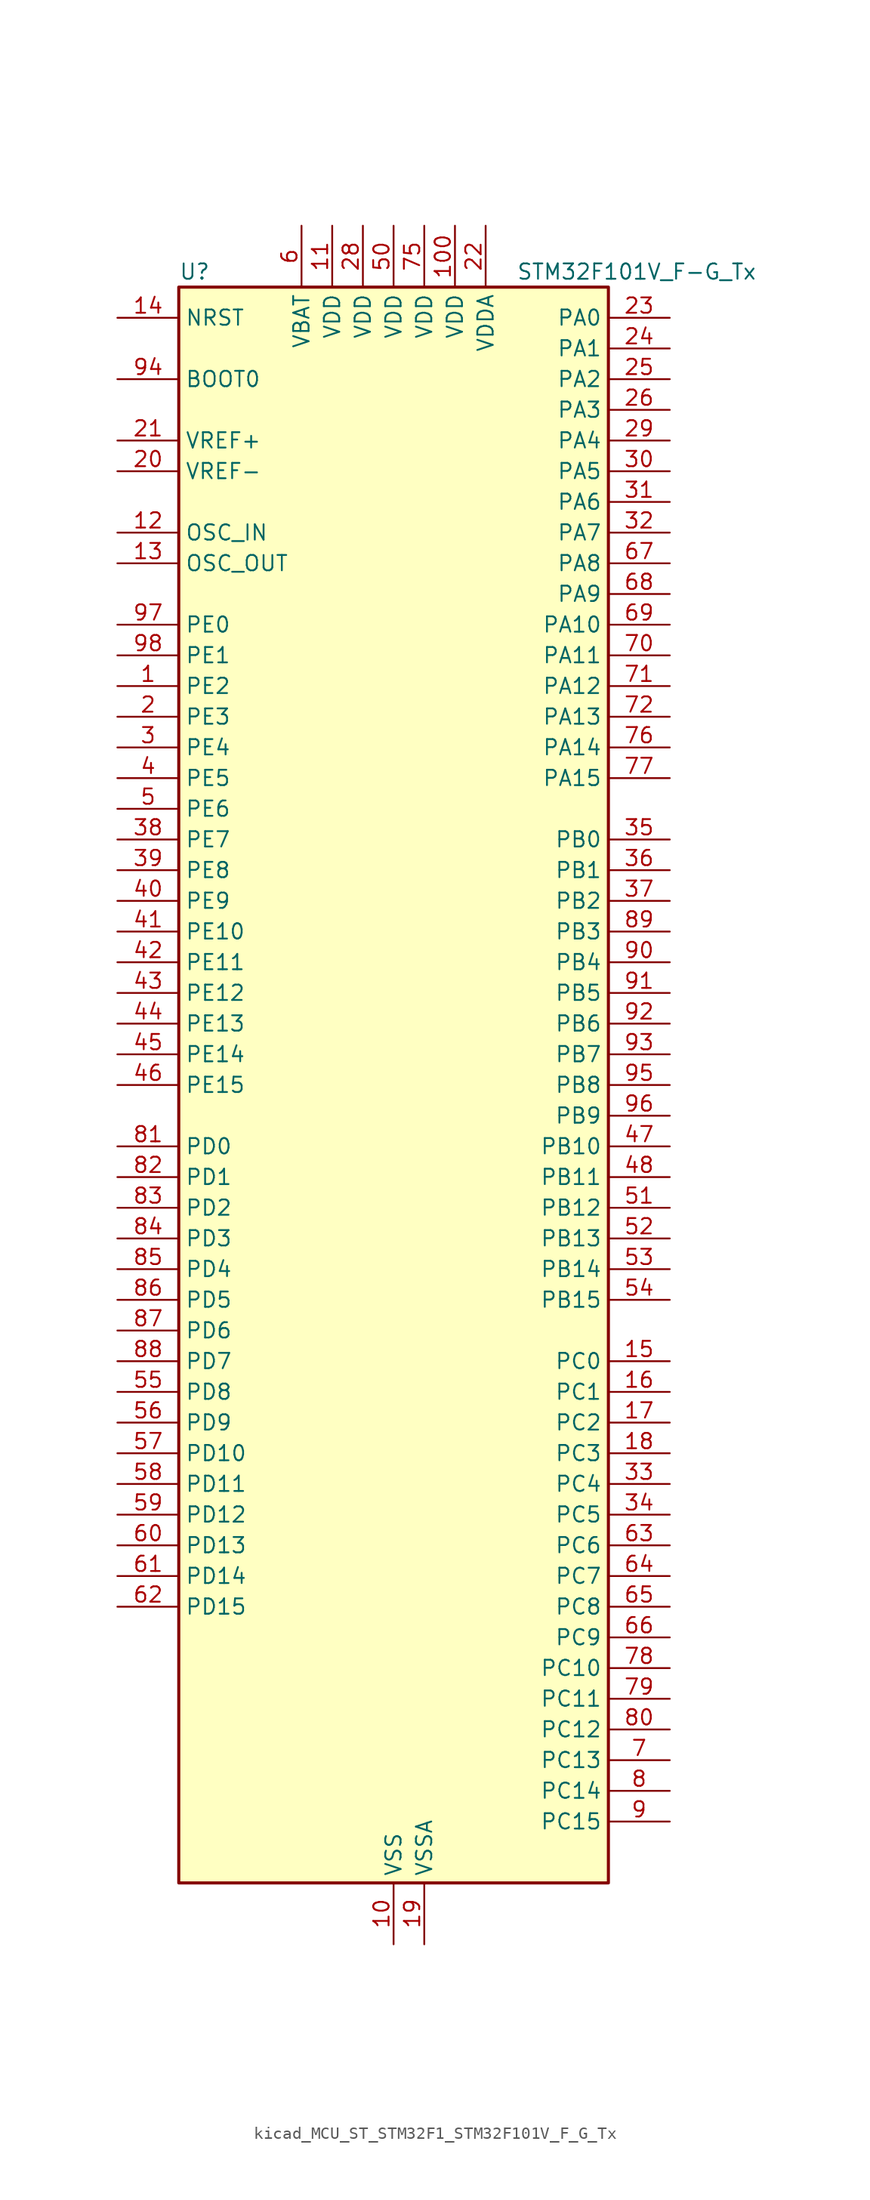
<source format=kicad_sym>
(kicad_symbol_lib
  (version 20220914)
  (generator kicad_symbol_editor)
  (symbol "kicad_MCU_ST_STM32F1_STM32F101V_F_G_Tx"
    (property "Reference" "U"
      (at -17.78 67.31 0)
      (effects (font (size 1.27 1.27)) (justify left)))
    (property "Value" "STM32F101V_F-G_Tx"
      (at 10.16 67.31 0)
      (effects (font (size 1.27 1.27)) (justify left)))
    (property "ki_locked" ""
      (at 0 0 0)
      (effects (font (size 1.27 1.27))))
    (symbol "kicad_MCU_ST_STM32F1_STM32F101V_F_G_Tx_0_1"
      (rectangle (start -17.78 -66.04) (end 17.78 66.04) (stroke (width 0.254) (type default)) (fill (type background))))
    (symbol "kicad_MCU_ST_STM32F1_STM32F101V_F_G_Tx_1_1"
      (pin bidirectional line (at -22.86 33.02 0) (length 5.08) (name "PE2" (effects (font (size 1.27 1.27)))) (number "1" (effects (font (size 1.27 1.27)))) (alternate "FSMC_A23" bidirectional line) (alternate "SYS_TRACECLK" bidirectional line))
      (pin power_in line (at 0 -71.12 90) (length 5.08) (name "VSS" (effects (font (size 1.27 1.27)))) (number "10" (effects (font (size 1.27 1.27)))))
      (pin power_in line (at 5.08 71.12 270) (length 5.08) (name "VDD" (effects (font (size 1.27 1.27)))) (number "100" (effects (font (size 1.27 1.27)))))
      (pin power_in line (at -5.08 71.12 270) (length 5.08) (name "VDD" (effects (font (size 1.27 1.27)))) (number "11" (effects (font (size 1.27 1.27)))))
      (pin input line (at -22.86 45.72 0) (length 5.08) (name "OSC_IN" (effects (font (size 1.27 1.27)))) (number "12" (effects (font (size 1.27 1.27)))) (alternate "RCC_OSC_IN" bidirectional line))
      (pin input line (at -22.86 43.18 0) (length 5.08) (name "OSC_OUT" (effects (font (size 1.27 1.27)))) (number "13" (effects (font (size 1.27 1.27)))) (alternate "RCC_OSC_OUT" bidirectional line))
      (pin input line (at -22.86 63.5 0) (length 5.08) (name "NRST" (effects (font (size 1.27 1.27)))) (number "14" (effects (font (size 1.27 1.27)))))
      (pin bidirectional line (at 22.86 -22.86 180) (length 5.08) (name "PC0" (effects (font (size 1.27 1.27)))) (number "15" (effects (font (size 1.27 1.27)))) (alternate "ADC1_IN10" bidirectional line))
      (pin bidirectional line (at 22.86 -25.4 180) (length 5.08) (name "PC1" (effects (font (size 1.27 1.27)))) (number "16" (effects (font (size 1.27 1.27)))) (alternate "ADC1_IN11" bidirectional line))
      (pin bidirectional line (at 22.86 -27.94 180) (length 5.08) (name "PC2" (effects (font (size 1.27 1.27)))) (number "17" (effects (font (size 1.27 1.27)))) (alternate "ADC1_IN12" bidirectional line))
      (pin bidirectional line (at 22.86 -30.48 180) (length 5.08) (name "PC3" (effects (font (size 1.27 1.27)))) (number "18" (effects (font (size 1.27 1.27)))) (alternate "ADC1_IN13" bidirectional line))
      (pin power_in line (at 2.54 -71.12 90) (length 5.08) (name "VSSA" (effects (font (size 1.27 1.27)))) (number "19" (effects (font (size 1.27 1.27)))))
      (pin bidirectional line (at -22.86 30.48 0) (length 5.08) (name "PE3" (effects (font (size 1.27 1.27)))) (number "2" (effects (font (size 1.27 1.27)))) (alternate "FSMC_A19" bidirectional line) (alternate "SYS_TRACED0" bidirectional line))
      (pin input line (at -22.86 50.8 0) (length 5.08) (name "VREF-" (effects (font (size 1.27 1.27)))) (number "20" (effects (font (size 1.27 1.27)))))
      (pin input line (at -22.86 53.34 0) (length 5.08) (name "VREF+" (effects (font (size 1.27 1.27)))) (number "21" (effects (font (size 1.27 1.27)))))
      (pin power_in line (at 7.62 71.12 270) (length 5.08) (name "VDDA" (effects (font (size 1.27 1.27)))) (number "22" (effects (font (size 1.27 1.27)))))
      (pin bidirectional line (at 22.86 63.5 180) (length 5.08) (name "PA0" (effects (font (size 1.27 1.27)))) (number "23" (effects (font (size 1.27 1.27)))) (alternate "ADC1_IN0" bidirectional line) (alternate "SYS_WKUP" bidirectional line) (alternate "TIM2_CH1" bidirectional line) (alternate "TIM2_ETR" bidirectional line) (alternate "TIM5_CH1" bidirectional line) (alternate "USART2_CTS" bidirectional line))
      (pin bidirectional line (at 22.86 60.96 180) (length 5.08) (name "PA1" (effects (font (size 1.27 1.27)))) (number "24" (effects (font (size 1.27 1.27)))) (alternate "ADC1_IN1" bidirectional line) (alternate "TIM2_CH2" bidirectional line) (alternate "TIM5_CH2" bidirectional line) (alternate "USART2_RTS" bidirectional line))
      (pin bidirectional line (at 22.86 58.42 180) (length 5.08) (name "PA2" (effects (font (size 1.27 1.27)))) (number "25" (effects (font (size 1.27 1.27)))) (alternate "ADC1_IN2" bidirectional line) (alternate "TIM2_CH3" bidirectional line) (alternate "TIM5_CH3" bidirectional line) (alternate "TIM9_CH1" bidirectional line) (alternate "USART2_TX" bidirectional line))
      (pin bidirectional line (at 22.86 55.88 180) (length 5.08) (name "PA3" (effects (font (size 1.27 1.27)))) (number "26" (effects (font (size 1.27 1.27)))) (alternate "ADC1_IN3" bidirectional line) (alternate "TIM2_CH4" bidirectional line) (alternate "TIM5_CH4" bidirectional line) (alternate "TIM9_CH2" bidirectional line) (alternate "USART2_RX" bidirectional line))
      (pin passive line (at 0 -71.12 90) (length 5.08) hide (name "VSS" (effects (font (size 1.27 1.27)))) (number "27" (effects (font (size 1.27 1.27)))))
      (pin power_in line (at -2.54 71.12 270) (length 5.08) (name "VDD" (effects (font (size 1.27 1.27)))) (number "28" (effects (font (size 1.27 1.27)))))
      (pin bidirectional line (at 22.86 53.34 180) (length 5.08) (name "PA4" (effects (font (size 1.27 1.27)))) (number "29" (effects (font (size 1.27 1.27)))) (alternate "ADC1_IN4" bidirectional line) (alternate "DAC_OUT1" bidirectional line) (alternate "SPI1_NSS" bidirectional line) (alternate "USART2_CK" bidirectional line))
      (pin bidirectional line (at -22.86 27.94 0) (length 5.08) (name "PE4" (effects (font (size 1.27 1.27)))) (number "3" (effects (font (size 1.27 1.27)))) (alternate "FSMC_A20" bidirectional line) (alternate "SYS_TRACED1" bidirectional line))
      (pin bidirectional line (at 22.86 50.8 180) (length 5.08) (name "PA5" (effects (font (size 1.27 1.27)))) (number "30" (effects (font (size 1.27 1.27)))) (alternate "ADC1_IN5" bidirectional line) (alternate "DAC_OUT2" bidirectional line) (alternate "SPI1_SCK" bidirectional line))
      (pin bidirectional line (at 22.86 48.26 180) (length 5.08) (name "PA6" (effects (font (size 1.27 1.27)))) (number "31" (effects (font (size 1.27 1.27)))) (alternate "ADC1_IN6" bidirectional line) (alternate "SPI1_MISO" bidirectional line) (alternate "TIM13_CH1" bidirectional line) (alternate "TIM3_CH1" bidirectional line))
      (pin bidirectional line (at 22.86 45.72 180) (length 5.08) (name "PA7" (effects (font (size 1.27 1.27)))) (number "32" (effects (font (size 1.27 1.27)))) (alternate "ADC1_IN7" bidirectional line) (alternate "SPI1_MOSI" bidirectional line) (alternate "TIM14_CH1" bidirectional line) (alternate "TIM3_CH2" bidirectional line))
      (pin bidirectional line (at 22.86 -33.02 180) (length 5.08) (name "PC4" (effects (font (size 1.27 1.27)))) (number "33" (effects (font (size 1.27 1.27)))) (alternate "ADC1_IN14" bidirectional line))
      (pin bidirectional line (at 22.86 -35.56 180) (length 5.08) (name "PC5" (effects (font (size 1.27 1.27)))) (number "34" (effects (font (size 1.27 1.27)))) (alternate "ADC1_IN15" bidirectional line))
      (pin bidirectional line (at 22.86 20.32 180) (length 5.08) (name "PB0" (effects (font (size 1.27 1.27)))) (number "35" (effects (font (size 1.27 1.27)))) (alternate "ADC1_IN8" bidirectional line) (alternate "TIM3_CH3" bidirectional line))
      (pin bidirectional line (at 22.86 17.78 180) (length 5.08) (name "PB1" (effects (font (size 1.27 1.27)))) (number "36" (effects (font (size 1.27 1.27)))) (alternate "ADC1_IN9" bidirectional line) (alternate "TIM3_CH4" bidirectional line))
      (pin bidirectional line (at 22.86 15.24 180) (length 5.08) (name "PB2" (effects (font (size 1.27 1.27)))) (number "37" (effects (font (size 1.27 1.27)))))
      (pin bidirectional line (at -22.86 20.32 0) (length 5.08) (name "PE7" (effects (font (size 1.27 1.27)))) (number "38" (effects (font (size 1.27 1.27)))) (alternate "FSMC_D4" bidirectional line) (alternate "FSMC_DA4" bidirectional line))
      (pin bidirectional line (at -22.86 17.78 0) (length 5.08) (name "PE8" (effects (font (size 1.27 1.27)))) (number "39" (effects (font (size 1.27 1.27)))) (alternate "FSMC_D5" bidirectional line) (alternate "FSMC_DA5" bidirectional line))
      (pin bidirectional line (at -22.86 25.4 0) (length 5.08) (name "PE5" (effects (font (size 1.27 1.27)))) (number "4" (effects (font (size 1.27 1.27)))) (alternate "FSMC_A21" bidirectional line) (alternate "SYS_TRACED2" bidirectional line) (alternate "TIM9_CH1" bidirectional line))
      (pin bidirectional line (at -22.86 15.24 0) (length 5.08) (name "PE9" (effects (font (size 1.27 1.27)))) (number "40" (effects (font (size 1.27 1.27)))) (alternate "DAC_EXTI9" bidirectional line) (alternate "FSMC_D6" bidirectional line) (alternate "FSMC_DA6" bidirectional line))
      (pin bidirectional line (at -22.86 12.7 0) (length 5.08) (name "PE10" (effects (font (size 1.27 1.27)))) (number "41" (effects (font (size 1.27 1.27)))) (alternate "FSMC_D7" bidirectional line) (alternate "FSMC_DA7" bidirectional line))
      (pin bidirectional line (at -22.86 10.16 0) (length 5.08) (name "PE11" (effects (font (size 1.27 1.27)))) (number "42" (effects (font (size 1.27 1.27)))) (alternate "ADC1_EXTI11" bidirectional line) (alternate "FSMC_D8" bidirectional line) (alternate "FSMC_DA8" bidirectional line))
      (pin bidirectional line (at -22.86 7.62 0) (length 5.08) (name "PE12" (effects (font (size 1.27 1.27)))) (number "43" (effects (font (size 1.27 1.27)))) (alternate "FSMC_D9" bidirectional line) (alternate "FSMC_DA9" bidirectional line))
      (pin bidirectional line (at -22.86 5.08 0) (length 5.08) (name "PE13" (effects (font (size 1.27 1.27)))) (number "44" (effects (font (size 1.27 1.27)))) (alternate "FSMC_D10" bidirectional line) (alternate "FSMC_DA10" bidirectional line))
      (pin bidirectional line (at -22.86 2.54 0) (length 5.08) (name "PE14" (effects (font (size 1.27 1.27)))) (number "45" (effects (font (size 1.27 1.27)))) (alternate "FSMC_D11" bidirectional line) (alternate "FSMC_DA11" bidirectional line))
      (pin bidirectional line (at -22.86 0 0) (length 5.08) (name "PE15" (effects (font (size 1.27 1.27)))) (number "46" (effects (font (size 1.27 1.27)))) (alternate "ADC1_EXTI15" bidirectional line) (alternate "FSMC_D12" bidirectional line) (alternate "FSMC_DA12" bidirectional line))
      (pin bidirectional line (at 22.86 -5.08 180) (length 5.08) (name "PB10" (effects (font (size 1.27 1.27)))) (number "47" (effects (font (size 1.27 1.27)))) (alternate "I2C2_SCL" bidirectional line) (alternate "TIM2_CH3" bidirectional line) (alternate "USART3_TX" bidirectional line))
      (pin bidirectional line (at 22.86 -7.62 180) (length 5.08) (name "PB11" (effects (font (size 1.27 1.27)))) (number "48" (effects (font (size 1.27 1.27)))) (alternate "ADC1_EXTI11" bidirectional line) (alternate "I2C2_SDA" bidirectional line) (alternate "TIM2_CH4" bidirectional line) (alternate "USART3_RX" bidirectional line))
      (pin passive line (at 0 -71.12 90) (length 5.08) hide (name "VSS" (effects (font (size 1.27 1.27)))) (number "49" (effects (font (size 1.27 1.27)))))
      (pin bidirectional line (at -22.86 22.86 0) (length 5.08) (name "PE6" (effects (font (size 1.27 1.27)))) (number "5" (effects (font (size 1.27 1.27)))) (alternate "FSMC_A22" bidirectional line) (alternate "SYS_TRACED3" bidirectional line) (alternate "TIM9_CH2" bidirectional line))
      (pin power_in line (at 0 71.12 270) (length 5.08) (name "VDD" (effects (font (size 1.27 1.27)))) (number "50" (effects (font (size 1.27 1.27)))))
      (pin bidirectional line (at 22.86 -10.16 180) (length 5.08) (name "PB12" (effects (font (size 1.27 1.27)))) (number "51" (effects (font (size 1.27 1.27)))) (alternate "I2C2_SMBA" bidirectional line) (alternate "SPI2_NSS" bidirectional line) (alternate "USART3_CK" bidirectional line))
      (pin bidirectional line (at 22.86 -12.7 180) (length 5.08) (name "PB13" (effects (font (size 1.27 1.27)))) (number "52" (effects (font (size 1.27 1.27)))) (alternate "SPI2_SCK" bidirectional line) (alternate "USART3_CTS" bidirectional line))
      (pin bidirectional line (at 22.86 -15.24 180) (length 5.08) (name "PB14" (effects (font (size 1.27 1.27)))) (number "53" (effects (font (size 1.27 1.27)))) (alternate "SPI2_MISO" bidirectional line) (alternate "TIM12_CH1" bidirectional line) (alternate "USART3_RTS" bidirectional line))
      (pin bidirectional line (at 22.86 -17.78 180) (length 5.08) (name "PB15" (effects (font (size 1.27 1.27)))) (number "54" (effects (font (size 1.27 1.27)))) (alternate "ADC1_EXTI15" bidirectional line) (alternate "SPI2_MOSI" bidirectional line) (alternate "TIM12_CH2" bidirectional line))
      (pin bidirectional line (at -22.86 -25.4 0) (length 5.08) (name "PD8" (effects (font (size 1.27 1.27)))) (number "55" (effects (font (size 1.27 1.27)))) (alternate "FSMC_D13" bidirectional line) (alternate "FSMC_DA13" bidirectional line) (alternate "USART3_TX" bidirectional line))
      (pin bidirectional line (at -22.86 -27.94 0) (length 5.08) (name "PD9" (effects (font (size 1.27 1.27)))) (number "56" (effects (font (size 1.27 1.27)))) (alternate "DAC_EXTI9" bidirectional line) (alternate "FSMC_D14" bidirectional line) (alternate "FSMC_DA14" bidirectional line) (alternate "USART3_RX" bidirectional line))
      (pin bidirectional line (at -22.86 -30.48 0) (length 5.08) (name "PD10" (effects (font (size 1.27 1.27)))) (number "57" (effects (font (size 1.27 1.27)))) (alternate "FSMC_D15" bidirectional line) (alternate "FSMC_DA15" bidirectional line) (alternate "USART3_CK" bidirectional line))
      (pin bidirectional line (at -22.86 -33.02 0) (length 5.08) (name "PD11" (effects (font (size 1.27 1.27)))) (number "58" (effects (font (size 1.27 1.27)))) (alternate "ADC1_EXTI11" bidirectional line) (alternate "FSMC_A16" bidirectional line) (alternate "FSMC_CLE" bidirectional line) (alternate "USART3_CTS" bidirectional line))
      (pin bidirectional line (at -22.86 -35.56 0) (length 5.08) (name "PD12" (effects (font (size 1.27 1.27)))) (number "59" (effects (font (size 1.27 1.27)))) (alternate "FSMC_A17" bidirectional line) (alternate "FSMC_ALE" bidirectional line) (alternate "TIM4_CH1" bidirectional line) (alternate "USART3_RTS" bidirectional line))
      (pin power_in line (at -7.62 71.12 270) (length 5.08) (name "VBAT" (effects (font (size 1.27 1.27)))) (number "6" (effects (font (size 1.27 1.27)))))
      (pin bidirectional line (at -22.86 -38.1 0) (length 5.08) (name "PD13" (effects (font (size 1.27 1.27)))) (number "60" (effects (font (size 1.27 1.27)))) (alternate "FSMC_A18" bidirectional line) (alternate "TIM4_CH2" bidirectional line))
      (pin bidirectional line (at -22.86 -40.64 0) (length 5.08) (name "PD14" (effects (font (size 1.27 1.27)))) (number "61" (effects (font (size 1.27 1.27)))) (alternate "FSMC_D0" bidirectional line) (alternate "FSMC_DA0" bidirectional line) (alternate "TIM4_CH3" bidirectional line))
      (pin bidirectional line (at -22.86 -43.18 0) (length 5.08) (name "PD15" (effects (font (size 1.27 1.27)))) (number "62" (effects (font (size 1.27 1.27)))) (alternate "ADC1_EXTI15" bidirectional line) (alternate "FSMC_D1" bidirectional line) (alternate "FSMC_DA1" bidirectional line) (alternate "TIM4_CH4" bidirectional line))
      (pin bidirectional line (at 22.86 -38.1 180) (length 5.08) (name "PC6" (effects (font (size 1.27 1.27)))) (number "63" (effects (font (size 1.27 1.27)))) (alternate "TIM3_CH1" bidirectional line))
      (pin bidirectional line (at 22.86 -40.64 180) (length 5.08) (name "PC7" (effects (font (size 1.27 1.27)))) (number "64" (effects (font (size 1.27 1.27)))) (alternate "TIM3_CH2" bidirectional line))
      (pin bidirectional line (at 22.86 -43.18 180) (length 5.08) (name "PC8" (effects (font (size 1.27 1.27)))) (number "65" (effects (font (size 1.27 1.27)))) (alternate "TIM3_CH3" bidirectional line))
      (pin bidirectional line (at 22.86 -45.72 180) (length 5.08) (name "PC9" (effects (font (size 1.27 1.27)))) (number "66" (effects (font (size 1.27 1.27)))) (alternate "DAC_EXTI9" bidirectional line) (alternate "TIM3_CH4" bidirectional line))
      (pin bidirectional line (at 22.86 43.18 180) (length 5.08) (name "PA8" (effects (font (size 1.27 1.27)))) (number "67" (effects (font (size 1.27 1.27)))) (alternate "RCC_MCO" bidirectional line) (alternate "USART1_CK" bidirectional line))
      (pin bidirectional line (at 22.86 40.64 180) (length 5.08) (name "PA9" (effects (font (size 1.27 1.27)))) (number "68" (effects (font (size 1.27 1.27)))) (alternate "DAC_EXTI9" bidirectional line) (alternate "USART1_TX" bidirectional line))
      (pin bidirectional line (at 22.86 38.1 180) (length 5.08) (name "PA10" (effects (font (size 1.27 1.27)))) (number "69" (effects (font (size 1.27 1.27)))) (alternate "USART1_RX" bidirectional line))
      (pin bidirectional line (at 22.86 -55.88 180) (length 5.08) (name "PC13" (effects (font (size 1.27 1.27)))) (number "7" (effects (font (size 1.27 1.27)))) (alternate "RTC_OUT" bidirectional line) (alternate "RTC_TAMPER" bidirectional line))
      (pin bidirectional line (at 22.86 35.56 180) (length 5.08) (name "PA11" (effects (font (size 1.27 1.27)))) (number "70" (effects (font (size 1.27 1.27)))) (alternate "ADC1_EXTI11" bidirectional line) (alternate "USART1_CTS" bidirectional line))
      (pin bidirectional line (at 22.86 33.02 180) (length 5.08) (name "PA12" (effects (font (size 1.27 1.27)))) (number "71" (effects (font (size 1.27 1.27)))) (alternate "USART1_RTS" bidirectional line))
      (pin bidirectional line (at 22.86 30.48 180) (length 5.08) (name "PA13" (effects (font (size 1.27 1.27)))) (number "72" (effects (font (size 1.27 1.27)))) (alternate "SYS_JTMS-SWDIO" bidirectional line))
      (pin no_connect line (at -17.78 -66.04 0) (length 5.08) hide (name "NC" (effects (font (size 1.27 1.27)))) (number "73" (effects (font (size 1.27 1.27)))))
      (pin passive line (at 0 -71.12 90) (length 5.08) hide (name "VSS" (effects (font (size 1.27 1.27)))) (number "74" (effects (font (size 1.27 1.27)))))
      (pin power_in line (at 2.54 71.12 270) (length 5.08) (name "VDD" (effects (font (size 1.27 1.27)))) (number "75" (effects (font (size 1.27 1.27)))))
      (pin bidirectional line (at 22.86 27.94 180) (length 5.08) (name "PA14" (effects (font (size 1.27 1.27)))) (number "76" (effects (font (size 1.27 1.27)))) (alternate "SYS_JTCK-SWCLK" bidirectional line))
      (pin bidirectional line (at 22.86 25.4 180) (length 5.08) (name "PA15" (effects (font (size 1.27 1.27)))) (number "77" (effects (font (size 1.27 1.27)))) (alternate "ADC1_EXTI15" bidirectional line) (alternate "SPI1_NSS" bidirectional line) (alternate "SPI3_NSS" bidirectional line) (alternate "SYS_JTDI" bidirectional line) (alternate "TIM2_CH1" bidirectional line) (alternate "TIM2_ETR" bidirectional line))
      (pin bidirectional line (at 22.86 -48.26 180) (length 5.08) (name "PC10" (effects (font (size 1.27 1.27)))) (number "78" (effects (font (size 1.27 1.27)))) (alternate "UART4_TX" bidirectional line) (alternate "USART3_TX" bidirectional line))
      (pin bidirectional line (at 22.86 -50.8 180) (length 5.08) (name "PC11" (effects (font (size 1.27 1.27)))) (number "79" (effects (font (size 1.27 1.27)))) (alternate "ADC1_EXTI11" bidirectional line) (alternate "UART4_RX" bidirectional line) (alternate "USART3_RX" bidirectional line))
      (pin bidirectional line (at 22.86 -58.42 180) (length 5.08) (name "PC14" (effects (font (size 1.27 1.27)))) (number "8" (effects (font (size 1.27 1.27)))) (alternate "RCC_OSC32_IN" bidirectional line))
      (pin bidirectional line (at 22.86 -53.34 180) (length 5.08) (name "PC12" (effects (font (size 1.27 1.27)))) (number "80" (effects (font (size 1.27 1.27)))) (alternate "UART5_TX" bidirectional line) (alternate "USART3_CK" bidirectional line))
      (pin bidirectional line (at -22.86 -5.08 0) (length 5.08) (name "PD0" (effects (font (size 1.27 1.27)))) (number "81" (effects (font (size 1.27 1.27)))) (alternate "FSMC_D2" bidirectional line) (alternate "FSMC_DA2" bidirectional line))
      (pin bidirectional line (at -22.86 -7.62 0) (length 5.08) (name "PD1" (effects (font (size 1.27 1.27)))) (number "82" (effects (font (size 1.27 1.27)))) (alternate "FSMC_D3" bidirectional line) (alternate "FSMC_DA3" bidirectional line))
      (pin bidirectional line (at -22.86 -10.16 0) (length 5.08) (name "PD2" (effects (font (size 1.27 1.27)))) (number "83" (effects (font (size 1.27 1.27)))) (alternate "TIM3_ETR" bidirectional line) (alternate "UART5_RX" bidirectional line))
      (pin bidirectional line (at -22.86 -12.7 0) (length 5.08) (name "PD3" (effects (font (size 1.27 1.27)))) (number "84" (effects (font (size 1.27 1.27)))) (alternate "FSMC_CLK" bidirectional line) (alternate "USART2_CTS" bidirectional line))
      (pin bidirectional line (at -22.86 -15.24 0) (length 5.08) (name "PD4" (effects (font (size 1.27 1.27)))) (number "85" (effects (font (size 1.27 1.27)))) (alternate "FSMC_NOE" bidirectional line) (alternate "USART2_RTS" bidirectional line))
      (pin bidirectional line (at -22.86 -17.78 0) (length 5.08) (name "PD5" (effects (font (size 1.27 1.27)))) (number "86" (effects (font (size 1.27 1.27)))) (alternate "FSMC_NWE" bidirectional line) (alternate "USART2_TX" bidirectional line))
      (pin bidirectional line (at -22.86 -20.32 0) (length 5.08) (name "PD6" (effects (font (size 1.27 1.27)))) (number "87" (effects (font (size 1.27 1.27)))) (alternate "FSMC_NWAIT" bidirectional line) (alternate "USART2_RX" bidirectional line))
      (pin bidirectional line (at -22.86 -22.86 0) (length 5.08) (name "PD7" (effects (font (size 1.27 1.27)))) (number "88" (effects (font (size 1.27 1.27)))) (alternate "FSMC_NCE2" bidirectional line) (alternate "FSMC_NE1" bidirectional line) (alternate "USART2_CK" bidirectional line))
      (pin bidirectional line (at 22.86 12.7 180) (length 5.08) (name "PB3" (effects (font (size 1.27 1.27)))) (number "89" (effects (font (size 1.27 1.27)))) (alternate "SPI1_SCK" bidirectional line) (alternate "SPI3_SCK" bidirectional line) (alternate "SYS_JTDO-TRACESWO" bidirectional line) (alternate "TIM2_CH2" bidirectional line))
      (pin bidirectional line (at 22.86 -60.96 180) (length 5.08) (name "PC15" (effects (font (size 1.27 1.27)))) (number "9" (effects (font (size 1.27 1.27)))) (alternate "ADC1_EXTI15" bidirectional line) (alternate "RCC_OSC32_OUT" bidirectional line))
      (pin bidirectional line (at 22.86 10.16 180) (length 5.08) (name "PB4" (effects (font (size 1.27 1.27)))) (number "90" (effects (font (size 1.27 1.27)))) (alternate "SPI1_MISO" bidirectional line) (alternate "SPI3_MISO" bidirectional line) (alternate "SYS_NJTRST" bidirectional line) (alternate "TIM3_CH1" bidirectional line))
      (pin bidirectional line (at 22.86 7.62 180) (length 5.08) (name "PB5" (effects (font (size 1.27 1.27)))) (number "91" (effects (font (size 1.27 1.27)))) (alternate "I2C1_SMBA" bidirectional line) (alternate "SPI1_MOSI" bidirectional line) (alternate "SPI3_MOSI" bidirectional line) (alternate "TIM3_CH2" bidirectional line))
      (pin bidirectional line (at 22.86 5.08 180) (length 5.08) (name "PB6" (effects (font (size 1.27 1.27)))) (number "92" (effects (font (size 1.27 1.27)))) (alternate "I2C1_SCL" bidirectional line) (alternate "TIM4_CH1" bidirectional line) (alternate "USART1_TX" bidirectional line))
      (pin bidirectional line (at 22.86 2.54 180) (length 5.08) (name "PB7" (effects (font (size 1.27 1.27)))) (number "93" (effects (font (size 1.27 1.27)))) (alternate "FSMC_NL" bidirectional line) (alternate "I2C1_SDA" bidirectional line) (alternate "TIM4_CH2" bidirectional line) (alternate "USART1_RX" bidirectional line))
      (pin input line (at -22.86 58.42 0) (length 5.08) (name "BOOT0" (effects (font (size 1.27 1.27)))) (number "94" (effects (font (size 1.27 1.27)))))
      (pin bidirectional line (at 22.86 0 180) (length 5.08) (name "PB8" (effects (font (size 1.27 1.27)))) (number "95" (effects (font (size 1.27 1.27)))) (alternate "I2C1_SCL" bidirectional line) (alternate "TIM10_CH1" bidirectional line) (alternate "TIM4_CH3" bidirectional line))
      (pin bidirectional line (at 22.86 -2.54 180) (length 5.08) (name "PB9" (effects (font (size 1.27 1.27)))) (number "96" (effects (font (size 1.27 1.27)))) (alternate "DAC_EXTI9" bidirectional line) (alternate "I2C1_SDA" bidirectional line) (alternate "TIM11_CH1" bidirectional line) (alternate "TIM4_CH4" bidirectional line))
      (pin bidirectional line (at -22.86 38.1 0) (length 5.08) (name "PE0" (effects (font (size 1.27 1.27)))) (number "97" (effects (font (size 1.27 1.27)))) (alternate "FSMC_NBL0" bidirectional line) (alternate "TIM4_ETR" bidirectional line))
      (pin bidirectional line (at -22.86 35.56 0) (length 5.08) (name "PE1" (effects (font (size 1.27 1.27)))) (number "98" (effects (font (size 1.27 1.27)))) (alternate "FSMC_NBL1" bidirectional line))
      (pin passive line (at 0 -71.12 90) (length 5.08) hide (name "VSS" (effects (font (size 1.27 1.27)))) (number "99" (effects (font (size 1.27 1.27))))))))
</source>
